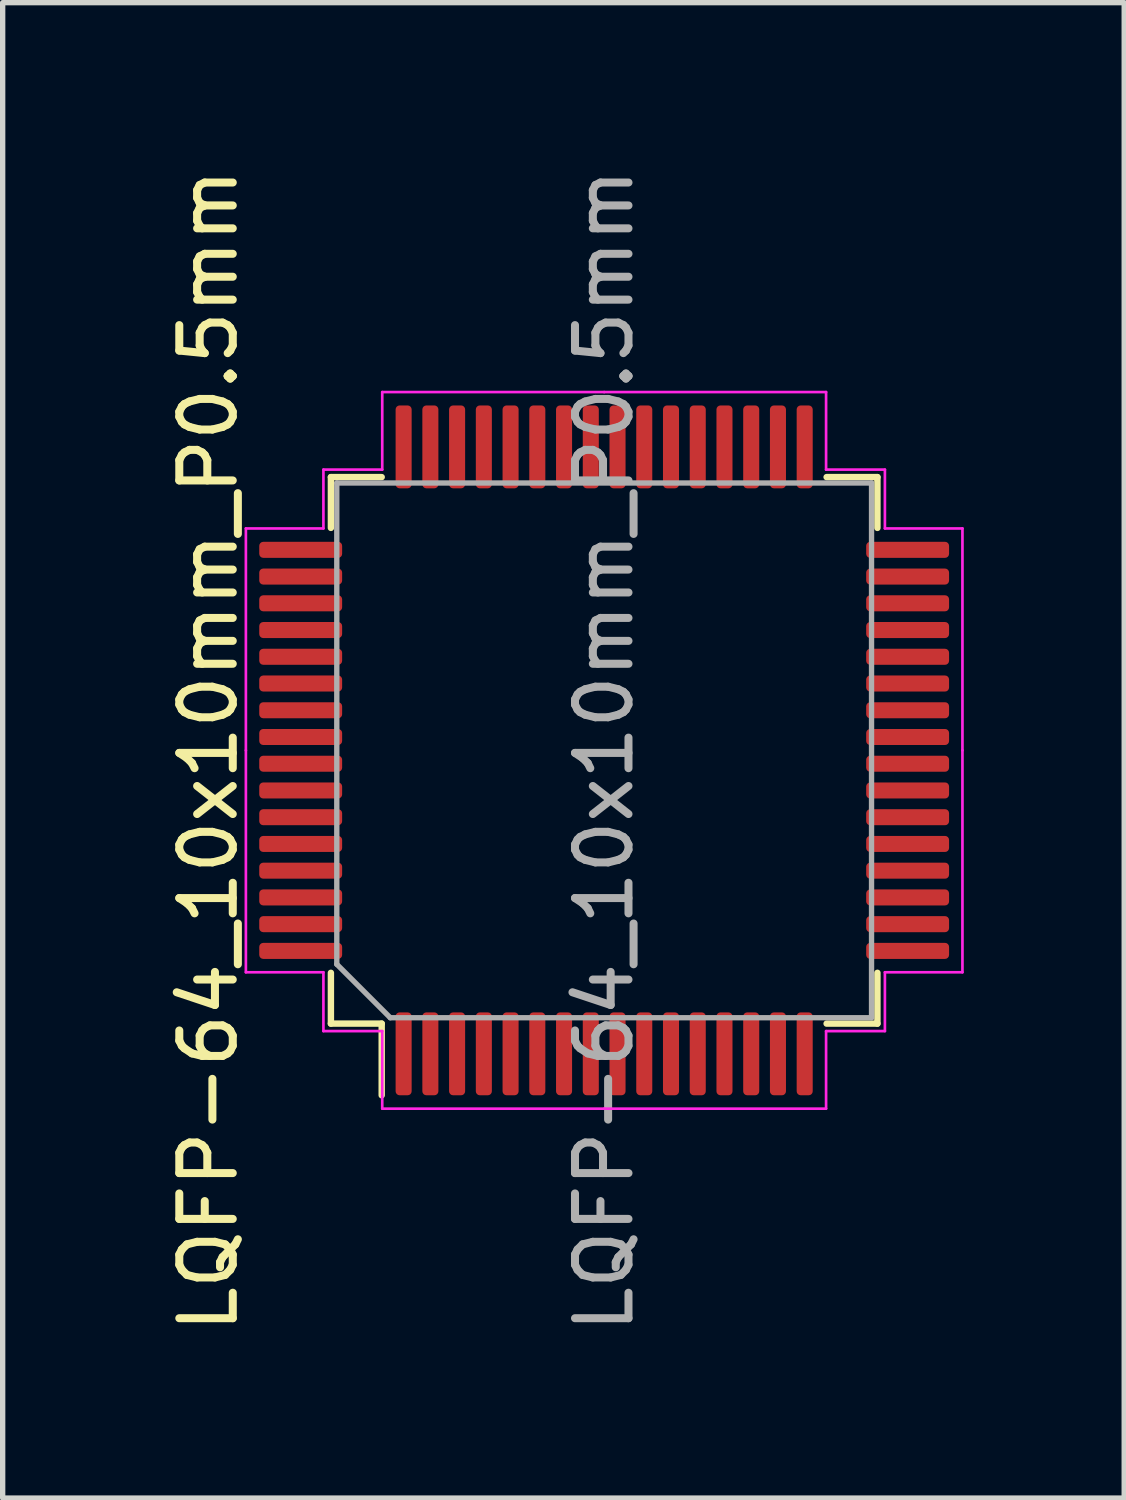
<source format=kicad_pcb>
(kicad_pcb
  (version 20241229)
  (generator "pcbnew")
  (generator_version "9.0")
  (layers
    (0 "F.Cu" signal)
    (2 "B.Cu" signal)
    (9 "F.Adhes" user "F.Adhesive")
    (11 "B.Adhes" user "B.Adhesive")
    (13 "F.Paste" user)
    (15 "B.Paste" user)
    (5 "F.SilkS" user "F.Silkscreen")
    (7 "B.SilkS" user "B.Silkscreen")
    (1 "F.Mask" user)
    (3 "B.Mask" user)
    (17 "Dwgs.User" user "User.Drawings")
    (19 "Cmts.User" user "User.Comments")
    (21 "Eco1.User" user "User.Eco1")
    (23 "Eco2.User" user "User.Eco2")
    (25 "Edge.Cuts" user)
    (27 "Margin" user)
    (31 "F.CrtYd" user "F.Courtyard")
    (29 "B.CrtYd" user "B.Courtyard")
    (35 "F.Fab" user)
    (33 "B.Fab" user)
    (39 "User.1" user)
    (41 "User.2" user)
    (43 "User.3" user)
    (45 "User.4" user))
  (footprint "LQFP-64_10x10mm_P0.5mm"
    (layer "F.Cu")
    (at 8.248 10.982)
    (property "Reference" "LQFP-64_10x10mm_P0.5mm" (at -7.4 0 90) (layer "F.SilkS") (effects (font (size 1 1) (thickness 0.15))))
    (attr smd)
    (fp_line (start -5.11 -5.11) (end -4.16 -5.11) (stroke (width 0.12) (type solid)) (layer "F.SilkS"))
    (fp_line (start -5.11 -4.16) (end -5.11 -5.11) (stroke (width 0.12) (type solid)) (layer "F.SilkS"))
    (fp_line (start -5.11 4.16) (end -5.11 5.11) (stroke (width 0.12) (type solid)) (layer "F.SilkS"))
    (fp_line (start -5.11 5.11) (end -4.16 5.11) (stroke (width 0.12) (type solid)) (layer "F.SilkS"))
    (fp_line (start -4.16 5.11) (end -4.16 6.45) (stroke (width 0.12) (type solid)) (layer "F.SilkS"))
    (fp_line (start 5.11 -5.11) (end 4.16 -5.11) (stroke (width 0.12) (type solid)) (layer "F.SilkS"))
    (fp_line (start 5.11 -4.16) (end 5.11 -5.11) (stroke (width 0.12) (type solid)) (layer "F.SilkS"))
    (fp_line (start 5.11 4.16) (end 5.11 5.11) (stroke (width 0.12) (type solid)) (layer "F.SilkS"))
    (fp_line (start 5.11 5.11) (end 4.16 5.11) (stroke (width 0.12) (type solid)) (layer "F.SilkS"))
    (fp_line (start -6.7 -4.15) (end -5.25 -4.15) (stroke (width 0.05) (type solid)) (layer "F.CrtYd"))
    (fp_line (start -6.7 0) (end -6.7 -4.15) (stroke (width 0.05) (type solid)) (layer "F.CrtYd"))
    (fp_line (start -6.7 0) (end -6.7 4.15) (stroke (width 0.05) (type solid)) (layer "F.CrtYd"))
    (fp_line (start -6.7 4.15) (end -5.25 4.15) (stroke (width 0.05) (type solid)) (layer "F.CrtYd"))
    (fp_line (start -5.25 -5.25) (end -4.15 -5.25) (stroke (width 0.05) (type solid)) (layer "F.CrtYd"))
    (fp_line (start -5.25 -4.15) (end -5.25 -5.25) (stroke (width 0.05) (type solid)) (layer "F.CrtYd"))
    (fp_line (start -5.25 4.15) (end -5.25 5.25) (stroke (width 0.05) (type solid)) (layer "F.CrtYd"))
    (fp_line (start -5.25 5.25) (end -4.15 5.25) (stroke (width 0.05) (type solid)) (layer "F.CrtYd"))
    (fp_line (start -4.15 -6.7) (end 0 -6.7) (stroke (width 0.05) (type solid)) (layer "F.CrtYd"))
    (fp_line (start -4.15 -5.25) (end -4.15 -6.7) (stroke (width 0.05) (type solid)) (layer "F.CrtYd"))
    (fp_line (start -4.15 5.25) (end -4.15 6.7) (stroke (width 0.05) (type solid)) (layer "F.CrtYd"))
    (fp_line (start -4.15 6.7) (end 0 6.7) (stroke (width 0.05) (type solid)) (layer "F.CrtYd"))
    (fp_line (start 4.15 -6.7) (end 0 -6.7) (stroke (width 0.05) (type solid)) (layer "F.CrtYd"))
    (fp_line (start 4.15 -5.25) (end 4.15 -6.7) (stroke (width 0.05) (type solid)) (layer "F.CrtYd"))
    (fp_line (start 4.15 5.25) (end 4.15 6.7) (stroke (width 0.05) (type solid)) (layer "F.CrtYd"))
    (fp_line (start 4.15 6.7) (end 0 6.7) (stroke (width 0.05) (type solid)) (layer "F.CrtYd"))
    (fp_line (start 5.25 -5.25) (end 4.15 -5.25) (stroke (width 0.05) (type solid)) (layer "F.CrtYd"))
    (fp_line (start 5.25 -4.15) (end 5.25 -5.25) (stroke (width 0.05) (type solid)) (layer "F.CrtYd"))
    (fp_line (start 5.25 4.15) (end 5.25 5.25) (stroke (width 0.05) (type solid)) (layer "F.CrtYd"))
    (fp_line (start 5.25 5.25) (end 4.15 5.25) (stroke (width 0.05) (type solid)) (layer "F.CrtYd"))
    (fp_line (start 6.7 -4.15) (end 5.25 -4.15) (stroke (width 0.05) (type solid)) (layer "F.CrtYd"))
    (fp_line (start 6.7 0) (end 6.7 -4.15) (stroke (width 0.05) (type solid)) (layer "F.CrtYd"))
    (fp_line (start 6.7 0) (end 6.7 4.15) (stroke (width 0.05) (type solid)) (layer "F.CrtYd"))
    (fp_line (start 6.7 4.15) (end 5.25 4.15) (stroke (width 0.05) (type solid)) (layer "F.CrtYd"))
    (fp_line (start -5 -5) (end 5 -5) (stroke (width 0.1) (type solid)) (layer "F.Fab"))
    (fp_line (start -5 4) (end -5 -5) (stroke (width 0.1) (type solid)) (layer "F.Fab"))
    (fp_line (start -4 5) (end -5 4) (stroke (width 0.1) (type solid)) (layer "F.Fab"))
    (fp_line (start 5 -5) (end 5 5) (stroke (width 0.1) (type solid)) (layer "F.Fab"))
    (fp_line (start 5 5) (end -4 5) (stroke (width 0.1) (type solid)) (layer "F.Fab"))
    (fp_text user "${REFERENCE}" (at 0 0 90) (layer "F.Fab") (effects (font (size 1 1) (thickness 0.15))))
    (pad "1" smd roundrect (at -3.75 5.675 90) (size 1.55 0.3) (layers "F.Cu" "F.Mask" "F.Paste") (roundrect_rratio 0.25))
    (pad "2" smd roundrect (at -3.25 5.675 90) (size 1.55 0.3) (layers "F.Cu" "F.Mask" "F.Paste") (roundrect_rratio 0.25))
    (pad "3" smd roundrect (at -2.75 5.675 90) (size 1.55 0.3) (layers "F.Cu" "F.Mask" "F.Paste") (roundrect_rratio 0.25))
    (pad "4" smd roundrect (at -2.25 5.675 90) (size 1.55 0.3) (layers "F.Cu" "F.Mask" "F.Paste") (roundrect_rratio 0.25))
    (pad "5" smd roundrect (at -1.75 5.675 90) (size 1.55 0.3) (layers "F.Cu" "F.Mask" "F.Paste") (roundrect_rratio 0.25))
    (pad "6" smd roundrect (at -1.25 5.675 90) (size 1.55 0.3) (layers "F.Cu" "F.Mask" "F.Paste") (roundrect_rratio 0.25))
    (pad "7" smd roundrect (at -0.75 5.675 90) (size 1.55 0.3) (layers "F.Cu" "F.Mask" "F.Paste") (roundrect_rratio 0.25))
    (pad "8" smd roundrect (at -0.25 5.675 90) (size 1.55 0.3) (layers "F.Cu" "F.Mask" "F.Paste") (roundrect_rratio 0.25))
    (pad "9" smd roundrect (at 0.25 5.675 90) (size 1.55 0.3) (layers "F.Cu" "F.Mask" "F.Paste") (roundrect_rratio 0.25))
    (pad "10" smd roundrect (at 0.75 5.675 90) (size 1.55 0.3) (layers "F.Cu" "F.Mask" "F.Paste") (roundrect_rratio 0.25))
    (pad "11" smd roundrect (at 1.25 5.675 90) (size 1.55 0.3) (layers "F.Cu" "F.Mask" "F.Paste") (roundrect_rratio 0.25))
    (pad "12" smd roundrect (at 1.75 5.675 90) (size 1.55 0.3) (layers "F.Cu" "F.Mask" "F.Paste") (roundrect_rratio 0.25))
    (pad "13" smd roundrect (at 2.25 5.675 90) (size 1.55 0.3) (layers "F.Cu" "F.Mask" "F.Paste") (roundrect_rratio 0.25))
    (pad "14" smd roundrect (at 2.75 5.675 90) (size 1.55 0.3) (layers "F.Cu" "F.Mask" "F.Paste") (roundrect_rratio 0.25))
    (pad "15" smd roundrect (at 3.25 5.675 90) (size 1.55 0.3) (layers "F.Cu" "F.Mask" "F.Paste") (roundrect_rratio 0.25))
    (pad "16" smd roundrect (at 3.75 5.675 90) (size 1.55 0.3) (layers "F.Cu" "F.Mask" "F.Paste") (roundrect_rratio 0.25))
    (pad "17" smd roundrect (at 5.675 3.75 90) (size 0.3 1.55) (layers "F.Cu" "F.Mask" "F.Paste") (roundrect_rratio 0.25))
    (pad "18" smd roundrect (at 5.675 3.25 90) (size 0.3 1.55) (layers "F.Cu" "F.Mask" "F.Paste") (roundrect_rratio 0.25))
    (pad "19" smd roundrect (at 5.675 2.75 90) (size 0.3 1.55) (layers "F.Cu" "F.Mask" "F.Paste") (roundrect_rratio 0.25))
    (pad "20" smd roundrect (at 5.675 2.25 90) (size 0.3 1.55) (layers "F.Cu" "F.Mask" "F.Paste") (roundrect_rratio 0.25))
    (pad "21" smd roundrect (at 5.675 1.75 90) (size 0.3 1.55) (layers "F.Cu" "F.Mask" "F.Paste") (roundrect_rratio 0.25))
    (pad "22" smd roundrect (at 5.675 1.25 90) (size 0.3 1.55) (layers "F.Cu" "F.Mask" "F.Paste") (roundrect_rratio 0.25))
    (pad "23" smd roundrect (at 5.675 0.75 90) (size 0.3 1.55) (layers "F.Cu" "F.Mask" "F.Paste") (roundrect_rratio 0.25))
    (pad "24" smd roundrect (at 5.675 0.25 90) (size 0.3 1.55) (layers "F.Cu" "F.Mask" "F.Paste") (roundrect_rratio 0.25))
    (pad "25" smd roundrect (at 5.675 -0.25 90) (size 0.3 1.55) (layers "F.Cu" "F.Mask" "F.Paste") (roundrect_rratio 0.25))
    (pad "26" smd roundrect (at 5.675 -0.75 90) (size 0.3 1.55) (layers "F.Cu" "F.Mask" "F.Paste") (roundrect_rratio 0.25))
    (pad "27" smd roundrect (at 5.675 -1.25 90) (size 0.3 1.55) (layers "F.Cu" "F.Mask" "F.Paste") (roundrect_rratio 0.25))
    (pad "28" smd roundrect (at 5.675 -1.75 90) (size 0.3 1.55) (layers "F.Cu" "F.Mask" "F.Paste") (roundrect_rratio 0.25))
    (pad "29" smd roundrect (at 5.675 -2.25 90) (size 0.3 1.55) (layers "F.Cu" "F.Mask" "F.Paste") (roundrect_rratio 0.25))
    (pad "30" smd roundrect (at 5.675 -2.75 90) (size 0.3 1.55) (layers "F.Cu" "F.Mask" "F.Paste") (roundrect_rratio 0.25))
    (pad "31" smd roundrect (at 5.675 -3.25 90) (size 0.3 1.55) (layers "F.Cu" "F.Mask" "F.Paste") (roundrect_rratio 0.25))
    (pad "32" smd roundrect (at 5.675 -3.75 90) (size 0.3 1.55) (layers "F.Cu" "F.Mask" "F.Paste") (roundrect_rratio 0.25))
    (pad "33" smd roundrect (at 3.75 -5.675 90) (size 1.55 0.3) (layers "F.Cu" "F.Mask" "F.Paste") (roundrect_rratio 0.25))
    (pad "34" smd roundrect (at 3.25 -5.675 90) (size 1.55 0.3) (layers "F.Cu" "F.Mask" "F.Paste") (roundrect_rratio 0.25))
    (pad "35" smd roundrect (at 2.75 -5.675 90) (size 1.55 0.3) (layers "F.Cu" "F.Mask" "F.Paste") (roundrect_rratio 0.25))
    (pad "36" smd roundrect (at 2.25 -5.675 90) (size 1.55 0.3) (layers "F.Cu" "F.Mask" "F.Paste") (roundrect_rratio 0.25))
    (pad "37" smd roundrect (at 1.75 -5.675 90) (size 1.55 0.3) (layers "F.Cu" "F.Mask" "F.Paste") (roundrect_rratio 0.25))
    (pad "38" smd roundrect (at 1.25 -5.675 90) (size 1.55 0.3) (layers "F.Cu" "F.Mask" "F.Paste") (roundrect_rratio 0.25))
    (pad "39" smd roundrect (at 0.75 -5.675 90) (size 1.55 0.3) (layers "F.Cu" "F.Mask" "F.Paste") (roundrect_rratio 0.25))
    (pad "40" smd roundrect (at 0.25 -5.675 90) (size 1.55 0.3) (layers "F.Cu" "F.Mask" "F.Paste") (roundrect_rratio 0.25))
    (pad "41" smd roundrect (at -0.25 -5.675 90) (size 1.55 0.3) (layers "F.Cu" "F.Mask" "F.Paste") (roundrect_rratio 0.25))
    (pad "42" smd roundrect (at -0.75 -5.675 90) (size 1.55 0.3) (layers "F.Cu" "F.Mask" "F.Paste") (roundrect_rratio 0.25))
    (pad "43" smd roundrect (at -1.25 -5.675 90) (size 1.55 0.3) (layers "F.Cu" "F.Mask" "F.Paste") (roundrect_rratio 0.25))
    (pad "44" smd roundrect (at -1.75 -5.675 90) (size 1.55 0.3) (layers "F.Cu" "F.Mask" "F.Paste") (roundrect_rratio 0.25))
    (pad "45" smd roundrect (at -2.25 -5.675 90) (size 1.55 0.3) (layers "F.Cu" "F.Mask" "F.Paste") (roundrect_rratio 0.25))
    (pad "46" smd roundrect (at -2.75 -5.675 90) (size 1.55 0.3) (layers "F.Cu" "F.Mask" "F.Paste") (roundrect_rratio 0.25))
    (pad "47" smd roundrect (at -3.25 -5.675 90) (size 1.55 0.3) (layers "F.Cu" "F.Mask" "F.Paste") (roundrect_rratio 0.25))
    (pad "48" smd roundrect (at -3.75 -5.675 90) (size 1.55 0.3) (layers "F.Cu" "F.Mask" "F.Paste") (roundrect_rratio 0.25))
    (pad "49" smd roundrect (at -5.675 -3.75 90) (size 0.3 1.55) (layers "F.Cu" "F.Mask" "F.Paste") (roundrect_rratio 0.25))
    (pad "50" smd roundrect (at -5.675 -3.25 90) (size 0.3 1.55) (layers "F.Cu" "F.Mask" "F.Paste") (roundrect_rratio 0.25))
    (pad "51" smd roundrect (at -5.675 -2.75 90) (size 0.3 1.55) (layers "F.Cu" "F.Mask" "F.Paste") (roundrect_rratio 0.25))
    (pad "52" smd roundrect (at -5.675 -2.25 90) (size 0.3 1.55) (layers "F.Cu" "F.Mask" "F.Paste") (roundrect_rratio 0.25))
    (pad "53" smd roundrect (at -5.675 -1.75 90) (size 0.3 1.55) (layers "F.Cu" "F.Mask" "F.Paste") (roundrect_rratio 0.25))
    (pad "54" smd roundrect (at -5.675 -1.25 90) (size 0.3 1.55) (layers "F.Cu" "F.Mask" "F.Paste") (roundrect_rratio 0.25))
    (pad "55" smd roundrect (at -5.675 -0.75 90) (size 0.3 1.55) (layers "F.Cu" "F.Mask" "F.Paste") (roundrect_rratio 0.25))
    (pad "56" smd roundrect (at -5.675 -0.25 90) (size 0.3 1.55) (layers "F.Cu" "F.Mask" "F.Paste") (roundrect_rratio 0.25))
    (pad "57" smd roundrect (at -5.675 0.25 90) (size 0.3 1.55) (layers "F.Cu" "F.Mask" "F.Paste") (roundrect_rratio 0.25))
    (pad "58" smd roundrect (at -5.675 0.75 90) (size 0.3 1.55) (layers "F.Cu" "F.Mask" "F.Paste") (roundrect_rratio 0.25))
    (pad "59" smd roundrect (at -5.675 1.25 90) (size 0.3 1.55) (layers "F.Cu" "F.Mask" "F.Paste") (roundrect_rratio 0.25))
    (pad "60" smd roundrect (at -5.675 1.75 90) (size 0.3 1.55) (layers "F.Cu" "F.Mask" "F.Paste") (roundrect_rratio 0.25))
    (pad "61" smd roundrect (at -5.675 2.25 90) (size 0.3 1.55) (layers "F.Cu" "F.Mask" "F.Paste") (roundrect_rratio 0.25))
    (pad "62" smd roundrect (at -5.675 2.75 90) (size 0.3 1.55) (layers "F.Cu" "F.Mask" "F.Paste") (roundrect_rratio 0.25))
    (pad "63" smd roundrect (at -5.675 3.25 90) (size 0.3 1.55) (layers "F.Cu" "F.Mask" "F.Paste") (roundrect_rratio 0.25))
    (pad "64" smd roundrect (at -5.675 3.75 90) (size 0.3 1.55) (layers "F.Cu" "F.Mask" "F.Paste") (roundrect_rratio 0.25)))
  (gr_rect
    (start -3 -3)
    (end 17.973 24.964)
    (stroke (width 0.1) (type default))
    (fill no)
    (layer "Edge.Cuts")))
</source>
